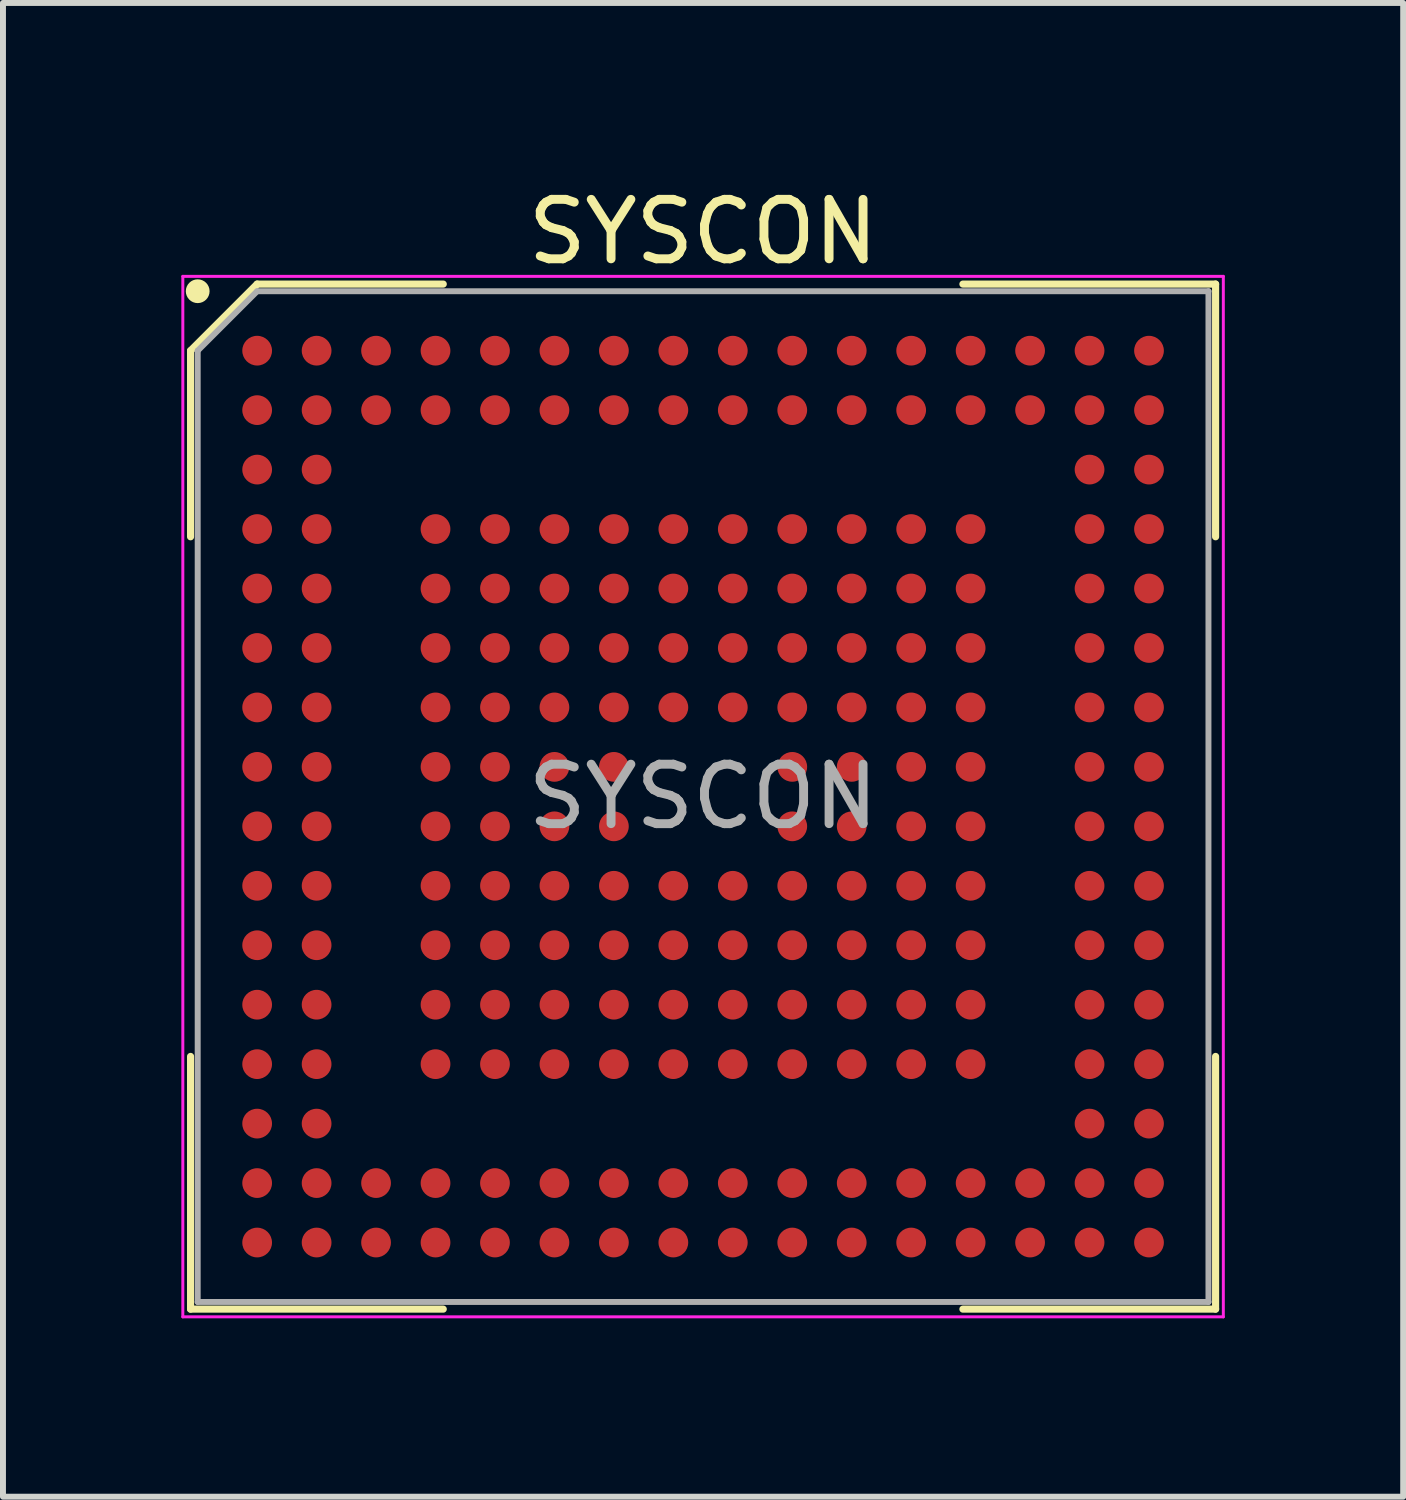
<source format=kicad_pcb>
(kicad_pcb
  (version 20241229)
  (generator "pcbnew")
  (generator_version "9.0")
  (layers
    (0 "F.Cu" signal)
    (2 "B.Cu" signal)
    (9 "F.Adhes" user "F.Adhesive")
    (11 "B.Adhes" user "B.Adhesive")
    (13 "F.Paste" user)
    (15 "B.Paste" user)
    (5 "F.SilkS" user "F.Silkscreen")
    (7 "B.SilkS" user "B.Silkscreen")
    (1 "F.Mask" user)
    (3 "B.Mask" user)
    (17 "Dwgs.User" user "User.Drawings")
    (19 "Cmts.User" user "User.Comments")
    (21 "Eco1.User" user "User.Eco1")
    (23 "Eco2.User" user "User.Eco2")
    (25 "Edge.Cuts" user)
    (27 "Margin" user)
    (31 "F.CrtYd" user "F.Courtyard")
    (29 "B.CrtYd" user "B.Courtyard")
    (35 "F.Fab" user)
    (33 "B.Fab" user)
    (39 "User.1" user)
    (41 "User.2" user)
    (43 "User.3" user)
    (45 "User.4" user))
  (footprint "SYSCON"
    (layer "F.Cu")
    (at 8.775 10.348)
    (property "Reference" "SYSCON" (at 0 -9.5 0) (unlocked yes) (layer "F.SilkS") (effects (font (size 1 1) (thickness 0.15))))
    (attr smd)
    (fp_line (start -8.62 -7.5) (end -8.62 -4.37) (stroke (width 0.12) (type default)) (layer "F.SilkS"))
    (fp_line (start -8.62 8.62) (end -8.62 4.37) (stroke (width 0.12) (type default)) (layer "F.SilkS"))
    (fp_line (start -7.5 -8.62) (end -8.62 -7.5) (stroke (width 0.12) (type default)) (layer "F.SilkS"))
    (fp_line (start -4.37 -8.62) (end -7.5 -8.62) (stroke (width 0.12) (type default)) (layer "F.SilkS"))
    (fp_line (start -4.37 8.62) (end -8.62 8.62) (stroke (width 0.12) (type default)) (layer "F.SilkS"))
    (fp_line (start 4.37 -8.62) (end 8.62 -8.62) (stroke (width 0.12) (type default)) (layer "F.SilkS"))
    (fp_line (start 4.37 8.62) (end 8.62 8.62) (stroke (width 0.12) (type default)) (layer "F.SilkS"))
    (fp_line (start 8.62 -8.62) (end 8.62 -4.37) (stroke (width 0.12) (type default)) (layer "F.SilkS"))
    (fp_line (start 8.62 8.62) (end 8.62 4.37) (stroke (width 0.12) (type default)) (layer "F.SilkS"))
    (fp_circle (center -8.5 -8.5) (end -8.5 -8.4) (stroke (width 0.2) (type default)) (fill no) (layer "F.SilkS"))
    (fp_line (start -8.75 -8.75) (end 8.75 -8.75) (stroke (width 0.05) (type default)) (layer "F.CrtYd"))
    (fp_line (start -8.75 8.75) (end -8.75 -8.75) (stroke (width 0.05) (type default)) (layer "F.CrtYd"))
    (fp_line (start 8.75 -8.75) (end 8.75 8.75) (stroke (width 0.05) (type default)) (layer "F.CrtYd"))
    (fp_line (start 8.75 8.75) (end -8.75 8.75) (stroke (width 0.05) (type default)) (layer "F.CrtYd"))
    (fp_line (start -8.5 -7.5) (end -8.5 8.5) (stroke (width 0.1) (type default)) (layer "F.Fab"))
    (fp_line (start -8.5 8.5) (end 8.5 8.5) (stroke (width 0.1) (type default)) (layer "F.Fab"))
    (fp_line (start -7.5 -8.5) (end -8.5 -7.5) (stroke (width 0.1) (type default)) (layer "F.Fab"))
    (fp_line (start 8.5 -8.5) (end -7.5 -8.5) (stroke (width 0.1) (type default)) (layer "F.Fab"))
    (fp_line (start 8.5 8.5) (end 8.5 -8.5) (stroke (width 0.1) (type default)) (layer "F.Fab"))
    (fp_text user "${REFERENCE}" (at 0 0 0) (layer "F.Fab") (effects (font (size 1 1) (thickness 0.15))))
    (pad "A1" smd circle (at -7.5 -7.5) (size 0.5 0.5) (layers "F.Cu" "F.Mask" "F.Paste"))
    (pad "A2" smd circle (at -6.5 -7.5) (size 0.5 0.5) (layers "F.Cu" "F.Mask" "F.Paste"))
    (pad "A3" smd circle (at -5.5 -7.5) (size 0.5 0.5) (layers "F.Cu" "F.Mask" "F.Paste"))
    (pad "A4" smd circle (at -4.5 -7.5) (size 0.5 0.5) (layers "F.Cu" "F.Mask" "F.Paste"))
    (pad "A5" smd circle (at -3.5 -7.5) (size 0.5 0.5) (layers "F.Cu" "F.Mask" "F.Paste"))
    (pad "A6" smd circle (at -2.5 -7.5) (size 0.5 0.5) (layers "F.Cu" "F.Mask" "F.Paste"))
    (pad "A7" smd circle (at -1.5 -7.5) (size 0.5 0.5) (layers "F.Cu" "F.Mask" "F.Paste"))
    (pad "A8" smd circle (at -0.5 -7.5) (size 0.5 0.5) (layers "F.Cu" "F.Mask" "F.Paste"))
    (pad "A9" smd circle (at 0.5 -7.5) (size 0.5 0.5) (layers "F.Cu" "F.Mask" "F.Paste"))
    (pad "A10" smd circle (at 1.5 -7.5) (size 0.5 0.5) (layers "F.Cu" "F.Mask" "F.Paste"))
    (pad "A11" smd circle (at 2.5 -7.5) (size 0.5 0.5) (layers "F.Cu" "F.Mask" "F.Paste"))
    (pad "A12" smd circle (at 3.5 -7.5) (size 0.5 0.5) (layers "F.Cu" "F.Mask" "F.Paste"))
    (pad "A13" smd circle (at 4.5 -7.5) (size 0.5 0.5) (layers "F.Cu" "F.Mask" "F.Paste"))
    (pad "A14" smd circle (at 5.5 -7.5) (size 0.5 0.5) (layers "F.Cu" "F.Mask" "F.Paste"))
    (pad "A15" smd circle (at 6.5 -7.5) (size 0.5 0.5) (layers "F.Cu" "F.Mask" "F.Paste"))
    (pad "A16" smd circle (at 7.5 -7.5) (size 0.5 0.5) (layers "F.Cu" "F.Mask" "F.Paste"))
    (pad "B1" smd circle (at -7.5 -6.5) (size 0.5 0.5) (layers "F.Cu" "F.Mask" "F.Paste"))
    (pad "B2" smd circle (at -6.5 -6.5) (size 0.5 0.5) (layers "F.Cu" "F.Mask" "F.Paste"))
    (pad "B3" smd circle (at -5.5 -6.5) (size 0.5 0.5) (layers "F.Cu" "F.Mask" "F.Paste"))
    (pad "B4" smd circle (at -4.5 -6.5) (size 0.5 0.5) (layers "F.Cu" "F.Mask" "F.Paste"))
    (pad "B5" smd circle (at -3.5 -6.5) (size 0.5 0.5) (layers "F.Cu" "F.Mask" "F.Paste"))
    (pad "B6" smd circle (at -2.5 -6.5) (size 0.5 0.5) (layers "F.Cu" "F.Mask" "F.Paste"))
    (pad "B7" smd circle (at -1.5 -6.5) (size 0.5 0.5) (layers "F.Cu" "F.Mask" "F.Paste"))
    (pad "B8" smd circle (at -0.5 -6.5) (size 0.5 0.5) (layers "F.Cu" "F.Mask" "F.Paste"))
    (pad "B9" smd circle (at 0.5 -6.5) (size 0.5 0.5) (layers "F.Cu" "F.Mask" "F.Paste"))
    (pad "B10" smd circle (at 1.5 -6.5) (size 0.5 0.5) (layers "F.Cu" "F.Mask" "F.Paste"))
    (pad "B11" smd circle (at 2.5 -6.5) (size 0.5 0.5) (layers "F.Cu" "F.Mask" "F.Paste"))
    (pad "B12" smd circle (at 3.5 -6.5) (size 0.5 0.5) (layers "F.Cu" "F.Mask" "F.Paste"))
    (pad "B13" smd circle (at 4.5 -6.5) (size 0.5 0.5) (layers "F.Cu" "F.Mask" "F.Paste"))
    (pad "B14" smd circle (at 5.5 -6.5) (size 0.5 0.5) (layers "F.Cu" "F.Mask" "F.Paste"))
    (pad "B15" smd circle (at 6.5 -6.5) (size 0.5 0.5) (layers "F.Cu" "F.Mask" "F.Paste"))
    (pad "B16" smd circle (at 7.5 -6.5) (size 0.5 0.5) (layers "F.Cu" "F.Mask" "F.Paste"))
    (pad "C1" smd circle (at -7.5 -5.5) (size 0.5 0.5) (layers "F.Cu" "F.Mask" "F.Paste"))
    (pad "C2" smd circle (at -6.5 -5.5) (size 0.5 0.5) (layers "F.Cu" "F.Mask" "F.Paste"))
    (pad "C15" smd circle (at 6.5 -5.5) (size 0.5 0.5) (layers "F.Cu" "F.Mask" "F.Paste"))
    (pad "C16" smd circle (at 7.5 -5.5) (size 0.5 0.5) (layers "F.Cu" "F.Mask" "F.Paste"))
    (pad "D1" smd circle (at -7.5 -4.5) (size 0.5 0.5) (layers "F.Cu" "F.Mask" "F.Paste"))
    (pad "D2" smd circle (at -6.5 -4.5) (size 0.5 0.5) (layers "F.Cu" "F.Mask" "F.Paste"))
    (pad "D4" smd circle (at -4.5 -4.5) (size 0.5 0.5) (layers "F.Cu" "F.Mask" "F.Paste"))
    (pad "D5" smd circle (at -3.5 -4.5) (size 0.5 0.5) (layers "F.Cu" "F.Mask" "F.Paste"))
    (pad "D6" smd circle (at -2.5 -4.5) (size 0.5 0.5) (layers "F.Cu" "F.Mask" "F.Paste"))
    (pad "D7" smd circle (at -1.5 -4.5) (size 0.5 0.5) (layers "F.Cu" "F.Mask" "F.Paste"))
    (pad "D8" smd circle (at -0.5 -4.5) (size 0.5 0.5) (layers "F.Cu" "F.Mask" "F.Paste"))
    (pad "D9" smd circle (at 0.5 -4.5) (size 0.5 0.5) (layers "F.Cu" "F.Mask" "F.Paste"))
    (pad "D10" smd circle (at 1.5 -4.5) (size 0.5 0.5) (layers "F.Cu" "F.Mask" "F.Paste"))
    (pad "D11" smd circle (at 2.5 -4.5) (size 0.5 0.5) (layers "F.Cu" "F.Mask" "F.Paste"))
    (pad "D12" smd circle (at 3.5 -4.5) (size 0.5 0.5) (layers "F.Cu" "F.Mask" "F.Paste"))
    (pad "D13" smd circle (at 4.5 -4.5) (size 0.5 0.5) (layers "F.Cu" "F.Mask" "F.Paste"))
    (pad "D15" smd circle (at 6.5 -4.5) (size 0.5 0.5) (layers "F.Cu" "F.Mask" "F.Paste"))
    (pad "D16" smd circle (at 7.5 -4.5) (size 0.5 0.5) (layers "F.Cu" "F.Mask" "F.Paste"))
    (pad "E1" smd circle (at -7.5 -3.5) (size 0.5 0.5) (layers "F.Cu" "F.Mask" "F.Paste"))
    (pad "E2" smd circle (at -6.5 -3.5) (size 0.5 0.5) (layers "F.Cu" "F.Mask" "F.Paste"))
    (pad "E4" smd circle (at -4.5 -3.5) (size 0.5 0.5) (layers "F.Cu" "F.Mask" "F.Paste"))
    (pad "E5" smd circle (at -3.5 -3.5) (size 0.5 0.5) (layers "F.Cu" "F.Mask" "F.Paste"))
    (pad "E6" smd circle (at -2.5 -3.5) (size 0.5 0.5) (layers "F.Cu" "F.Mask" "F.Paste"))
    (pad "E7" smd circle (at -1.5 -3.5) (size 0.5 0.5) (layers "F.Cu" "F.Mask" "F.Paste"))
    (pad "E8" smd circle (at -0.5 -3.5) (size 0.5 0.5) (layers "F.Cu" "F.Mask" "F.Paste"))
    (pad "E9" smd circle (at 0.5 -3.5) (size 0.5 0.5) (layers "F.Cu" "F.Mask" "F.Paste"))
    (pad "E10" smd circle (at 1.5 -3.5) (size 0.5 0.5) (layers "F.Cu" "F.Mask" "F.Paste"))
    (pad "E11" smd circle (at 2.5 -3.5) (size 0.5 0.5) (layers "F.Cu" "F.Mask" "F.Paste"))
    (pad "E12" smd circle (at 3.5 -3.5) (size 0.5 0.5) (layers "F.Cu" "F.Mask" "F.Paste"))
    (pad "E13" smd circle (at 4.5 -3.5) (size 0.5 0.5) (layers "F.Cu" "F.Mask" "F.Paste"))
    (pad "E15" smd circle (at 6.5 -3.5) (size 0.5 0.5) (layers "F.Cu" "F.Mask" "F.Paste"))
    (pad "E16" smd circle (at 7.5 -3.5) (size 0.5 0.5) (layers "F.Cu" "F.Mask" "F.Paste"))
    (pad "F1" smd circle (at -7.5 -2.5) (size 0.5 0.5) (layers "F.Cu" "F.Mask" "F.Paste"))
    (pad "F2" smd circle (at -6.5 -2.5) (size 0.5 0.5) (layers "F.Cu" "F.Mask" "F.Paste"))
    (pad "F4" smd circle (at -4.5 -2.5) (size 0.5 0.5) (layers "F.Cu" "F.Mask" "F.Paste"))
    (pad "F5" smd circle (at -3.5 -2.5) (size 0.5 0.5) (layers "F.Cu" "F.Mask" "F.Paste"))
    (pad "F6" smd circle (at -2.5 -2.5) (size 0.5 0.5) (layers "F.Cu" "F.Mask" "F.Paste"))
    (pad "F7" smd circle (at -1.5 -2.5) (size 0.5 0.5) (layers "F.Cu" "F.Mask" "F.Paste"))
    (pad "F8" smd circle (at -0.5 -2.5) (size 0.5 0.5) (layers "F.Cu" "F.Mask" "F.Paste"))
    (pad "F9" smd circle (at 0.5 -2.5) (size 0.5 0.5) (layers "F.Cu" "F.Mask" "F.Paste"))
    (pad "F10" smd circle (at 1.5 -2.5) (size 0.5 0.5) (layers "F.Cu" "F.Mask" "F.Paste"))
    (pad "F11" smd circle (at 2.5 -2.5) (size 0.5 0.5) (layers "F.Cu" "F.Mask" "F.Paste"))
    (pad "F12" smd circle (at 3.5 -2.5) (size 0.5 0.5) (layers "F.Cu" "F.Mask" "F.Paste"))
    (pad "F13" smd circle (at 4.5 -2.5) (size 0.5 0.5) (layers "F.Cu" "F.Mask" "F.Paste"))
    (pad "F15" smd circle (at 6.5 -2.5) (size 0.5 0.5) (layers "F.Cu" "F.Mask" "F.Paste"))
    (pad "F16" smd circle (at 7.5 -2.5) (size 0.5 0.5) (layers "F.Cu" "F.Mask" "F.Paste"))
    (pad "G1" smd circle (at -7.5 -1.5) (size 0.5 0.5) (layers "F.Cu" "F.Mask" "F.Paste"))
    (pad "G2" smd circle (at -6.5 -1.5) (size 0.5 0.5) (layers "F.Cu" "F.Mask" "F.Paste"))
    (pad "G4" smd circle (at -4.5 -1.5) (size 0.5 0.5) (layers "F.Cu" "F.Mask" "F.Paste"))
    (pad "G5" smd circle (at -3.5 -1.5) (size 0.5 0.5) (layers "F.Cu" "F.Mask" "F.Paste"))
    (pad "G6" smd circle (at -2.5 -1.5) (size 0.5 0.5) (layers "F.Cu" "F.Mask" "F.Paste"))
    (pad "G7" smd circle (at -1.5 -1.5) (size 0.5 0.5) (layers "F.Cu" "F.Mask" "F.Paste"))
    (pad "G8" smd circle (at -0.5 -1.5) (size 0.5 0.5) (layers "F.Cu" "F.Mask" "F.Paste"))
    (pad "G9" smd circle (at 0.5 -1.5) (size 0.5 0.5) (layers "F.Cu" "F.Mask" "F.Paste"))
    (pad "G10" smd circle (at 1.5 -1.5) (size 0.5 0.5) (layers "F.Cu" "F.Mask" "F.Paste"))
    (pad "G11" smd circle (at 2.5 -1.5) (size 0.5 0.5) (layers "F.Cu" "F.Mask" "F.Paste"))
    (pad "G12" smd circle (at 3.5 -1.5) (size 0.5 0.5) (layers "F.Cu" "F.Mask" "F.Paste"))
    (pad "G13" smd circle (at 4.5 -1.5) (size 0.5 0.5) (layers "F.Cu" "F.Mask" "F.Paste"))
    (pad "G15" smd circle (at 6.5 -1.5) (size 0.5 0.5) (layers "F.Cu" "F.Mask" "F.Paste"))
    (pad "G16" smd circle (at 7.5 -1.5) (size 0.5 0.5) (layers "F.Cu" "F.Mask" "F.Paste"))
    (pad "H1" smd circle (at -7.5 -0.5) (size 0.5 0.5) (layers "F.Cu" "F.Mask" "F.Paste"))
    (pad "H2" smd circle (at -6.5 -0.5) (size 0.5 0.5) (layers "F.Cu" "F.Mask" "F.Paste"))
    (pad "H4" smd circle (at -4.5 -0.5) (size 0.5 0.5) (layers "F.Cu" "F.Mask" "F.Paste"))
    (pad "H5" smd circle (at -3.5 -0.5) (size 0.5 0.5) (layers "F.Cu" "F.Mask" "F.Paste"))
    (pad "H6" smd circle (at -2.5 -0.5) (size 0.5 0.5) (layers "F.Cu" "F.Mask" "F.Paste"))
    (pad "H7" smd circle (at -1.5 -0.5) (size 0.5 0.5) (layers "F.Cu" "F.Mask" "F.Paste"))
    (pad "H10" smd circle (at 1.5 -0.5) (size 0.5 0.5) (layers "F.Cu" "F.Mask" "F.Paste"))
    (pad "H11" smd circle (at 2.5 -0.5) (size 0.5 0.5) (layers "F.Cu" "F.Mask" "F.Paste"))
    (pad "H12" smd circle (at 3.5 -0.5) (size 0.5 0.5) (layers "F.Cu" "F.Mask" "F.Paste"))
    (pad "H13" smd circle (at 4.5 -0.5) (size 0.5 0.5) (layers "F.Cu" "F.Mask" "F.Paste"))
    (pad "H15" smd circle (at 6.5 -0.5) (size 0.5 0.5) (layers "F.Cu" "F.Mask" "F.Paste"))
    (pad "H16" smd circle (at 7.5 -0.5) (size 0.5 0.5) (layers "F.Cu" "F.Mask" "F.Paste"))
    (pad "J1" smd circle (at -7.5 0.5) (size 0.5 0.5) (layers "F.Cu" "F.Mask" "F.Paste"))
    (pad "J2" smd circle (at -6.5 0.5) (size 0.5 0.5) (layers "F.Cu" "F.Mask" "F.Paste"))
    (pad "J4" smd circle (at -4.5 0.5) (size 0.5 0.5) (layers "F.Cu" "F.Mask" "F.Paste"))
    (pad "J5" smd circle (at -3.5 0.5) (size 0.5 0.5) (layers "F.Cu" "F.Mask" "F.Paste"))
    (pad "J6" smd circle (at -2.5 0.5) (size 0.5 0.5) (layers "F.Cu" "F.Mask" "F.Paste"))
    (pad "J7" smd circle (at -1.5 0.5) (size 0.5 0.5) (layers "F.Cu" "F.Mask" "F.Paste"))
    (pad "J10" smd circle (at 1.5 0.5) (size 0.5 0.5) (layers "F.Cu" "F.Mask" "F.Paste"))
    (pad "J11" smd circle (at 2.5 0.5) (size 0.5 0.5) (layers "F.Cu" "F.Mask" "F.Paste"))
    (pad "J12" smd circle (at 3.5 0.5) (size 0.5 0.5) (layers "F.Cu" "F.Mask" "F.Paste"))
    (pad "J13" smd circle (at 4.5 0.5) (size 0.5 0.5) (layers "F.Cu" "F.Mask" "F.Paste"))
    (pad "J15" smd circle (at 6.5 0.5) (size 0.5 0.5) (layers "F.Cu" "F.Mask" "F.Paste"))
    (pad "J16" smd circle (at 7.5 0.5) (size 0.5 0.5) (layers "F.Cu" "F.Mask" "F.Paste"))
    (pad "K1" smd circle (at -7.5 1.5) (size 0.5 0.5) (layers "F.Cu" "F.Mask" "F.Paste"))
    (pad "K2" smd circle (at -6.5 1.5) (size 0.5 0.5) (layers "F.Cu" "F.Mask" "F.Paste"))
    (pad "K4" smd circle (at -4.5 1.5) (size 0.5 0.5) (layers "F.Cu" "F.Mask" "F.Paste"))
    (pad "K5" smd circle (at -3.5 1.5) (size 0.5 0.5) (layers "F.Cu" "F.Mask" "F.Paste"))
    (pad "K6" smd circle (at -2.5 1.5) (size 0.5 0.5) (layers "F.Cu" "F.Mask" "F.Paste"))
    (pad "K7" smd circle (at -1.5 1.5) (size 0.5 0.5) (layers "F.Cu" "F.Mask" "F.Paste"))
    (pad "K8" smd circle (at -0.5 1.5) (size 0.5 0.5) (layers "F.Cu" "F.Mask" "F.Paste"))
    (pad "K9" smd circle (at 0.5 1.5) (size 0.5 0.5) (layers "F.Cu" "F.Mask" "F.Paste"))
    (pad "K10" smd circle (at 1.5 1.5) (size 0.5 0.5) (layers "F.Cu" "F.Mask" "F.Paste"))
    (pad "K11" smd circle (at 2.5 1.5) (size 0.5 0.5) (layers "F.Cu" "F.Mask" "F.Paste"))
    (pad "K12" smd circle (at 3.5 1.5) (size 0.5 0.5) (layers "F.Cu" "F.Mask" "F.Paste"))
    (pad "K13" smd circle (at 4.5 1.5) (size 0.5 0.5) (layers "F.Cu" "F.Mask" "F.Paste"))
    (pad "K15" smd circle (at 6.5 1.5) (size 0.5 0.5) (layers "F.Cu" "F.Mask" "F.Paste"))
    (pad "K16" smd circle (at 7.5 1.5) (size 0.5 0.5) (layers "F.Cu" "F.Mask" "F.Paste"))
    (pad "L1" smd circle (at -7.5 2.5) (size 0.5 0.5) (layers "F.Cu" "F.Mask" "F.Paste"))
    (pad "L2" smd circle (at -6.5 2.5) (size 0.5 0.5) (layers "F.Cu" "F.Mask" "F.Paste"))
    (pad "L4" smd circle (at -4.5 2.5) (size 0.5 0.5) (layers "F.Cu" "F.Mask" "F.Paste"))
    (pad "L5" smd circle (at -3.5 2.5) (size 0.5 0.5) (layers "F.Cu" "F.Mask" "F.Paste"))
    (pad "L6" smd circle (at -2.5 2.5) (size 0.5 0.5) (layers "F.Cu" "F.Mask" "F.Paste"))
    (pad "L7" smd circle (at -1.5 2.5) (size 0.5 0.5) (layers "F.Cu" "F.Mask" "F.Paste"))
    (pad "L8" smd circle (at -0.5 2.5) (size 0.5 0.5) (layers "F.Cu" "F.Mask" "F.Paste"))
    (pad "L9" smd circle (at 0.5 2.5) (size 0.5 0.5) (layers "F.Cu" "F.Mask" "F.Paste"))
    (pad "L10" smd circle (at 1.5 2.5) (size 0.5 0.5) (layers "F.Cu" "F.Mask" "F.Paste"))
    (pad "L11" smd circle (at 2.5 2.5) (size 0.5 0.5) (layers "F.Cu" "F.Mask" "F.Paste"))
    (pad "L12" smd circle (at 3.5 2.5) (size 0.5 0.5) (layers "F.Cu" "F.Mask" "F.Paste"))
    (pad "L13" smd circle (at 4.5 2.5) (size 0.5 0.5) (layers "F.Cu" "F.Mask" "F.Paste"))
    (pad "L15" smd circle (at 6.5 2.5) (size 0.5 0.5) (layers "F.Cu" "F.Mask" "F.Paste"))
    (pad "L16" smd circle (at 7.5 2.5) (size 0.5 0.5) (layers "F.Cu" "F.Mask" "F.Paste"))
    (pad "M1" smd circle (at -7.5 3.5) (size 0.5 0.5) (layers "F.Cu" "F.Mask" "F.Paste"))
    (pad "M2" smd circle (at -6.5 3.5) (size 0.5 0.5) (layers "F.Cu" "F.Mask" "F.Paste"))
    (pad "M4" smd circle (at -4.5 3.5) (size 0.5 0.5) (layers "F.Cu" "F.Mask" "F.Paste"))
    (pad "M5" smd circle (at -3.5 3.5) (size 0.5 0.5) (layers "F.Cu" "F.Mask" "F.Paste"))
    (pad "M6" smd circle (at -2.5 3.5) (size 0.5 0.5) (layers "F.Cu" "F.Mask" "F.Paste"))
    (pad "M7" smd circle (at -1.5 3.5) (size 0.5 0.5) (layers "F.Cu" "F.Mask" "F.Paste"))
    (pad "M8" smd circle (at -0.5 3.5) (size 0.5 0.5) (layers "F.Cu" "F.Mask" "F.Paste"))
    (pad "M9" smd circle (at 0.5 3.5) (size 0.5 0.5) (layers "F.Cu" "F.Mask" "F.Paste"))
    (pad "M10" smd circle (at 1.5 3.5) (size 0.5 0.5) (layers "F.Cu" "F.Mask" "F.Paste"))
    (pad "M11" smd circle (at 2.5 3.5) (size 0.5 0.5) (layers "F.Cu" "F.Mask" "F.Paste"))
    (pad "M12" smd circle (at 3.5 3.5) (size 0.5 0.5) (layers "F.Cu" "F.Mask" "F.Paste"))
    (pad "M13" smd circle (at 4.5 3.5) (size 0.5 0.5) (layers "F.Cu" "F.Mask" "F.Paste"))
    (pad "M15" smd circle (at 6.5 3.5) (size 0.5 0.5) (layers "F.Cu" "F.Mask" "F.Paste"))
    (pad "M16" smd circle (at 7.5 3.5) (size 0.5 0.5) (layers "F.Cu" "F.Mask" "F.Paste"))
    (pad "N1" smd circle (at -7.5 4.5) (size 0.5 0.5) (layers "F.Cu" "F.Mask" "F.Paste"))
    (pad "N2" smd circle (at -6.5 4.5) (size 0.5 0.5) (layers "F.Cu" "F.Mask" "F.Paste"))
    (pad "N4" smd circle (at -4.5 4.5) (size 0.5 0.5) (layers "F.Cu" "F.Mask" "F.Paste"))
    (pad "N5" smd circle (at -3.5 4.5) (size 0.5 0.5) (layers "F.Cu" "F.Mask" "F.Paste"))
    (pad "N6" smd circle (at -2.5 4.5) (size 0.5 0.5) (layers "F.Cu" "F.Mask" "F.Paste"))
    (pad "N7" smd circle (at -1.5 4.5) (size 0.5 0.5) (layers "F.Cu" "F.Mask" "F.Paste"))
    (pad "N8" smd circle (at -0.5 4.5) (size 0.5 0.5) (layers "F.Cu" "F.Mask" "F.Paste"))
    (pad "N9" smd circle (at 0.5 4.5) (size 0.5 0.5) (layers "F.Cu" "F.Mask" "F.Paste"))
    (pad "N10" smd circle (at 1.5 4.5) (size 0.5 0.5) (layers "F.Cu" "F.Mask" "F.Paste"))
    (pad "N11" smd circle (at 2.5 4.5) (size 0.5 0.5) (layers "F.Cu" "F.Mask" "F.Paste"))
    (pad "N12" smd circle (at 3.5 4.5) (size 0.5 0.5) (layers "F.Cu" "F.Mask" "F.Paste"))
    (pad "N13" smd circle (at 4.5 4.5) (size 0.5 0.5) (layers "F.Cu" "F.Mask" "F.Paste"))
    (pad "N15" smd circle (at 6.5 4.5) (size 0.5 0.5) (layers "F.Cu" "F.Mask" "F.Paste"))
    (pad "N16" smd circle (at 7.5 4.5) (size 0.5 0.5) (layers "F.Cu" "F.Mask" "F.Paste"))
    (pad "P1" smd circle (at -7.5 5.5) (size 0.5 0.5) (layers "F.Cu" "F.Mask" "F.Paste"))
    (pad "P2" smd circle (at -6.5 5.5) (size 0.5 0.5) (layers "F.Cu" "F.Mask" "F.Paste"))
    (pad "P15" smd circle (at 6.5 5.5) (size 0.5 0.5) (layers "F.Cu" "F.Mask" "F.Paste"))
    (pad "P16" smd circle (at 7.5 5.5) (size 0.5 0.5) (layers "F.Cu" "F.Mask" "F.Paste"))
    (pad "R1" smd circle (at -7.5 6.5) (size 0.5 0.5) (layers "F.Cu" "F.Mask" "F.Paste"))
    (pad "R2" smd circle (at -6.5 6.5) (size 0.5 0.5) (layers "F.Cu" "F.Mask" "F.Paste"))
    (pad "R3" smd circle (at -5.5 6.5) (size 0.5 0.5) (layers "F.Cu" "F.Mask" "F.Paste"))
    (pad "R4" smd circle (at -4.5 6.5) (size 0.5 0.5) (layers "F.Cu" "F.Mask" "F.Paste"))
    (pad "R5" smd circle (at -3.5 6.5) (size 0.5 0.5) (layers "F.Cu" "F.Mask" "F.Paste"))
    (pad "R6" smd circle (at -2.5 6.5) (size 0.5 0.5) (layers "F.Cu" "F.Mask" "F.Paste"))
    (pad "R7" smd circle (at -1.5 6.5) (size 0.5 0.5) (layers "F.Cu" "F.Mask" "F.Paste"))
    (pad "R8" smd circle (at -0.5 6.5) (size 0.5 0.5) (layers "F.Cu" "F.Mask" "F.Paste"))
    (pad "R9" smd circle (at 0.5 6.5) (size 0.5 0.5) (layers "F.Cu" "F.Mask" "F.Paste"))
    (pad "R10" smd circle (at 1.5 6.5) (size 0.5 0.5) (layers "F.Cu" "F.Mask" "F.Paste"))
    (pad "R11" smd circle (at 2.5 6.5) (size 0.5 0.5) (layers "F.Cu" "F.Mask" "F.Paste"))
    (pad "R12" smd circle (at 3.5 6.5) (size 0.5 0.5) (layers "F.Cu" "F.Mask" "F.Paste"))
    (pad "R13" smd circle (at 4.5 6.5) (size 0.5 0.5) (layers "F.Cu" "F.Mask" "F.Paste"))
    (pad "R14" smd circle (at 5.5 6.5) (size 0.5 0.5) (layers "F.Cu" "F.Mask" "F.Paste"))
    (pad "R15" smd circle (at 6.5 6.5) (size 0.5 0.5) (layers "F.Cu" "F.Mask" "F.Paste"))
    (pad "R16" smd circle (at 7.5 6.5) (size 0.5 0.5) (layers "F.Cu" "F.Mask" "F.Paste"))
    (pad "T1" smd circle (at -7.5 7.5) (size 0.5 0.5) (layers "F.Cu" "F.Mask" "F.Paste"))
    (pad "T2" smd circle (at -6.5 7.5) (size 0.5 0.5) (layers "F.Cu" "F.Mask" "F.Paste"))
    (pad "T3" smd circle (at -5.5 7.5) (size 0.5 0.5) (layers "F.Cu" "F.Mask" "F.Paste"))
    (pad "T4" smd circle (at -4.5 7.5) (size 0.5 0.5) (layers "F.Cu" "F.Mask" "F.Paste"))
    (pad "T5" smd circle (at -3.5 7.5) (size 0.5 0.5) (layers "F.Cu" "F.Mask" "F.Paste"))
    (pad "T6" smd circle (at -2.5 7.5) (size 0.5 0.5) (layers "F.Cu" "F.Mask" "F.Paste"))
    (pad "T7" smd circle (at -1.5 7.5) (size 0.5 0.5) (layers "F.Cu" "F.Mask" "F.Paste"))
    (pad "T8" smd circle (at -0.5 7.5) (size 0.5 0.5) (layers "F.Cu" "F.Mask" "F.Paste"))
    (pad "T9" smd circle (at 0.5 7.5) (size 0.5 0.5) (layers "F.Cu" "F.Mask" "F.Paste"))
    (pad "T10" smd circle (at 1.5 7.5) (size 0.5 0.5) (layers "F.Cu" "F.Mask" "F.Paste"))
    (pad "T11" smd circle (at 2.5 7.5) (size 0.5 0.5) (layers "F.Cu" "F.Mask" "F.Paste"))
    (pad "T12" smd circle (at 3.5 7.5) (size 0.5 0.5) (layers "F.Cu" "F.Mask" "F.Paste"))
    (pad "T13" smd circle (at 4.5 7.5) (size 0.5 0.5) (layers "F.Cu" "F.Mask" "F.Paste"))
    (pad "T14" smd circle (at 5.5 7.5) (size 0.5 0.5) (layers "F.Cu" "F.Mask" "F.Paste"))
    (pad "T15" smd circle (at 6.5 7.5) (size 0.5 0.5) (layers "F.Cu" "F.Mask" "F.Paste"))
    (pad "T16" smd circle (at 7.5 7.5) (size 0.5 0.5) (layers "F.Cu" "F.Mask" "F.Paste")))
  (gr_rect
    (start -3 -3)
    (end 20.55 22.123)
    (stroke (width 0.1) (type default))
    (fill no)
    (layer "Edge.Cuts")))
</source>
